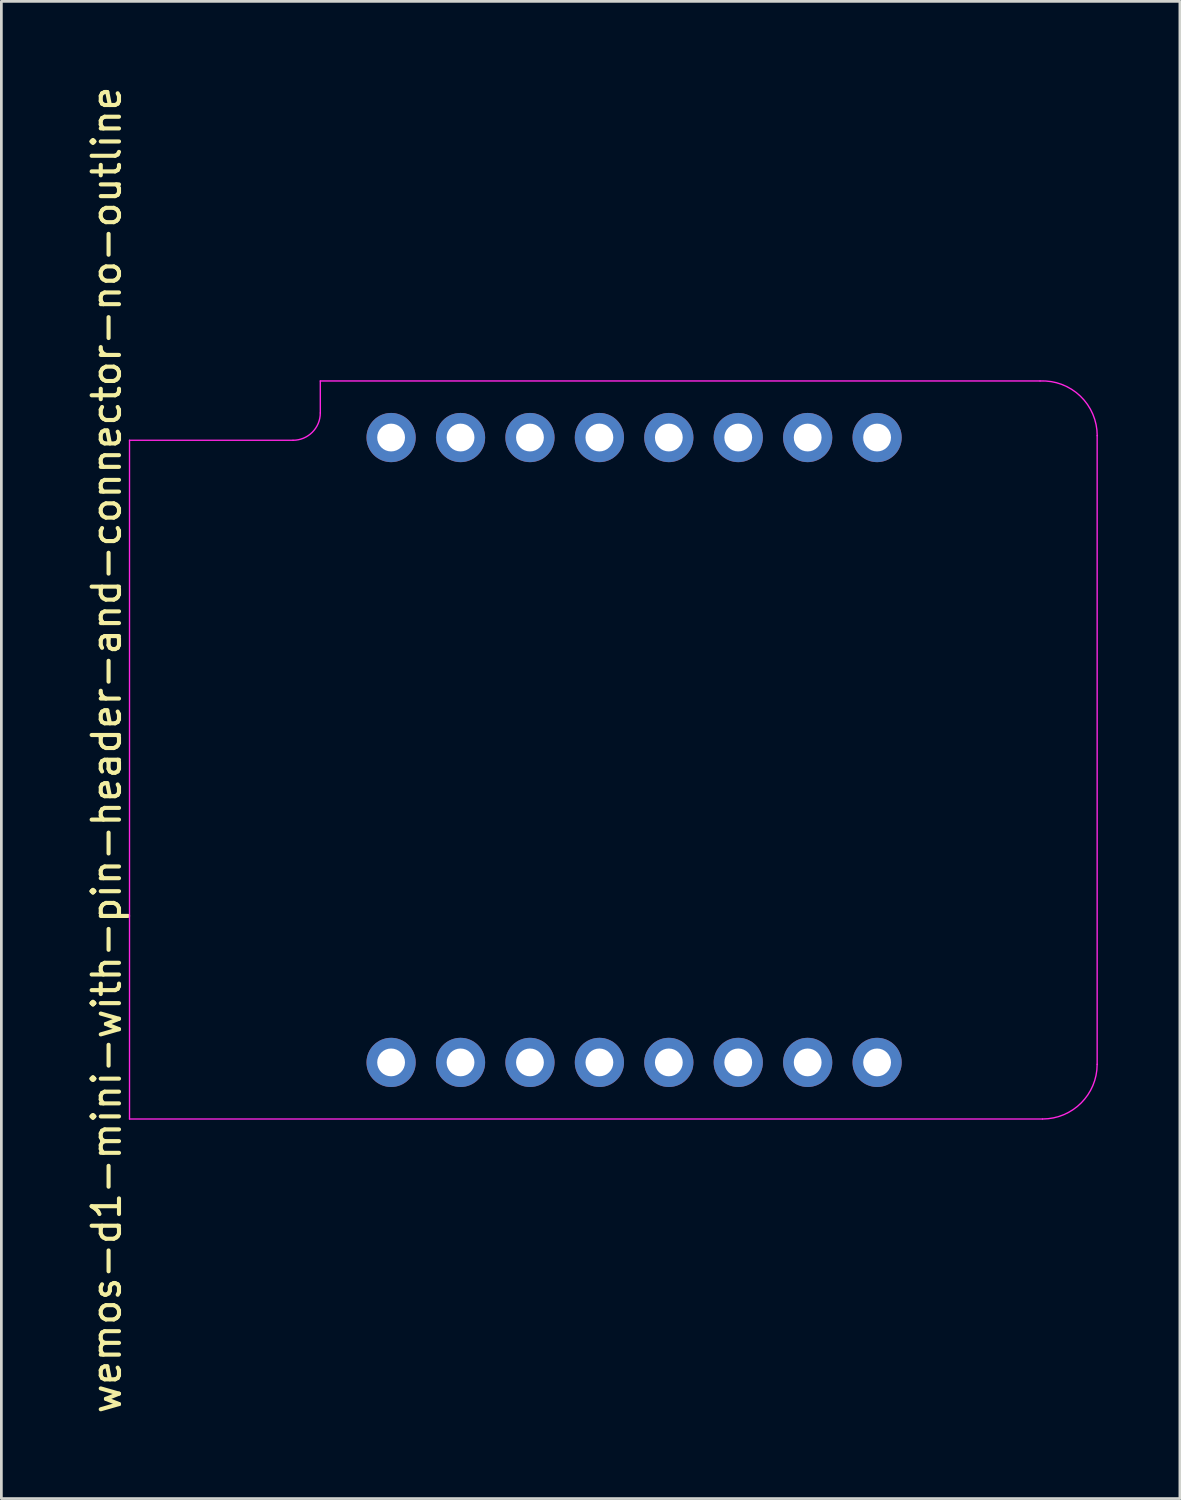
<source format=kicad_pcb>
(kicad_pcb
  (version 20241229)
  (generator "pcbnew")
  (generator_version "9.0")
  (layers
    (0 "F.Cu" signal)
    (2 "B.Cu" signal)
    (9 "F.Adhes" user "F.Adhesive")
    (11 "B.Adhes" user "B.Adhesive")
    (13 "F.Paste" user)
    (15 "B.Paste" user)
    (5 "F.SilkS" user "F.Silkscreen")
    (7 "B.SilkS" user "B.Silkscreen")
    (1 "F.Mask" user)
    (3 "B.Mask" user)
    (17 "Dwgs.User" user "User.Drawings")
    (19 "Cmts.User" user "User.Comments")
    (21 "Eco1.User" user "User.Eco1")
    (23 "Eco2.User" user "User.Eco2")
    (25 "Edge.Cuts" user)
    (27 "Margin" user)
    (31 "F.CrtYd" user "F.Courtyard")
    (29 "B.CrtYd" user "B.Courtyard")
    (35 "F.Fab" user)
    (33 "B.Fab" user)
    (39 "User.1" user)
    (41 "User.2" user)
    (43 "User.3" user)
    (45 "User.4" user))
  (footprint "wemos-d1-mini-with-pin-header-and-connector-no-outline"
    (layer "F.Cu")
    (at 20.148 24.387)
    (property "Reference" "wemos-d1-mini-with-pin-header-and-connector-no-outline" (at -19.3 0 90) (layer "F.SilkS") (effects (font (size 1 1) (thickness 0.15))))
    (attr through_hole)
    (fp_line (start -18.46 -11.33) (end -12.48 -11.33) (stroke (width 0.05) (type solid)) (layer "F.CrtYd"))
    (fp_line (start -18.46 13.5) (end -18.46 -11.33) (stroke (width 0.05) (type solid)) (layer "F.CrtYd"))
    (fp_line (start -11.48 -13.5) (end -11.48 -12.33) (stroke (width 0.05) (type solid)) (layer "F.CrtYd"))
    (fp_line (start -11.48 -13.5) (end 14.85 -13.5) (stroke (width 0.05) (type solid)) (layer "F.CrtYd"))
    (fp_line (start 14.94 13.5) (end -18.46 13.5) (stroke (width 0.05) (type solid)) (layer "F.CrtYd"))
    (fp_line (start 16.94 -11.5) (end 16.94 11.5) (stroke (width 0.05) (type solid)) (layer "F.CrtYd"))
    (fp_arc (start -11.48 -12.33) (mid -11.772893 -11.622893) (end -12.48 -11.33) (stroke (width 0.05) (type solid)) (layer "F.CrtYd"))
    (fp_arc (start 14.85 -13.5) (mid 16.323459 -12.947115) (end 16.942024 -11.5) (stroke (width 0.05) (type solid)) (layer "F.CrtYd"))
    (fp_arc (start 16.94 11.5) (mid 16.354214 12.914214) (end 14.94 13.5) (stroke (width 0.05) (type solid)) (layer "F.CrtYd"))
    (pad "1" thru_hole circle (at -8.89 11.43) (size 1.8 1.8) (drill 1.016) (layers "*.Cu" "*.Mask"))
    (pad "2" thru_hole circle (at -6.35 11.43) (size 1.8 1.8) (drill 1.016) (layers "*.Cu" "*.Mask"))
    (pad "3" thru_hole circle (at -3.81 11.43) (size 1.8 1.8) (drill 1.016) (layers "*.Cu" "*.Mask"))
    (pad "4" thru_hole circle (at -1.27 11.43) (size 1.8 1.8) (drill 1.016) (layers "*.Cu" "*.Mask"))
    (pad "5" thru_hole circle (at 1.27 11.43) (size 1.8 1.8) (drill 1.016) (layers "*.Cu" "*.Mask"))
    (pad "6" thru_hole circle (at 3.81 11.43) (size 1.8 1.8) (drill 1.016) (layers "*.Cu" "*.Mask"))
    (pad "7" thru_hole circle (at 6.35 11.43) (size 1.8 1.8) (drill 1.016) (layers "*.Cu" "*.Mask"))
    (pad "8" thru_hole circle (at 8.89 11.43) (size 1.8 1.8) (drill 1.016) (layers "*.Cu" "*.Mask"))
    (pad "9" thru_hole circle (at 8.89 -11.43) (size 1.8 1.8) (drill 1.016) (layers "*.Cu" "*.Mask"))
    (pad "10" thru_hole circle (at 6.35 -11.43) (size 1.8 1.8) (drill 1.016) (layers "*.Cu" "*.Mask"))
    (pad "11" thru_hole circle (at 3.81 -11.43) (size 1.8 1.8) (drill 1.016) (layers "*.Cu" "*.Mask"))
    (pad "12" thru_hole circle (at 1.27 -11.43) (size 1.8 1.8) (drill 1.016) (layers "*.Cu" "*.Mask"))
    (pad "13" thru_hole circle (at -1.27 -11.43) (size 1.8 1.8) (drill 1.016) (layers "*.Cu" "*.Mask"))
    (pad "14" thru_hole circle (at -3.81 -11.43) (size 1.8 1.8) (drill 1.016) (layers "*.Cu" "*.Mask"))
    (pad "15" thru_hole circle (at -6.35 -11.43) (size 1.8 1.8) (drill 1.016) (layers "*.Cu" "*.Mask"))
    (pad "16" thru_hole circle (at -8.89 -11.43) (size 1.8 1.8) (drill 1.016) (layers "*.Cu" "*.Mask")))
  (gr_rect
    (start -3 -3)
    (end 40.115 51.774)
    (stroke (width 0.1) (type default))
    (fill no)
    (layer "Edge.Cuts")))
</source>
